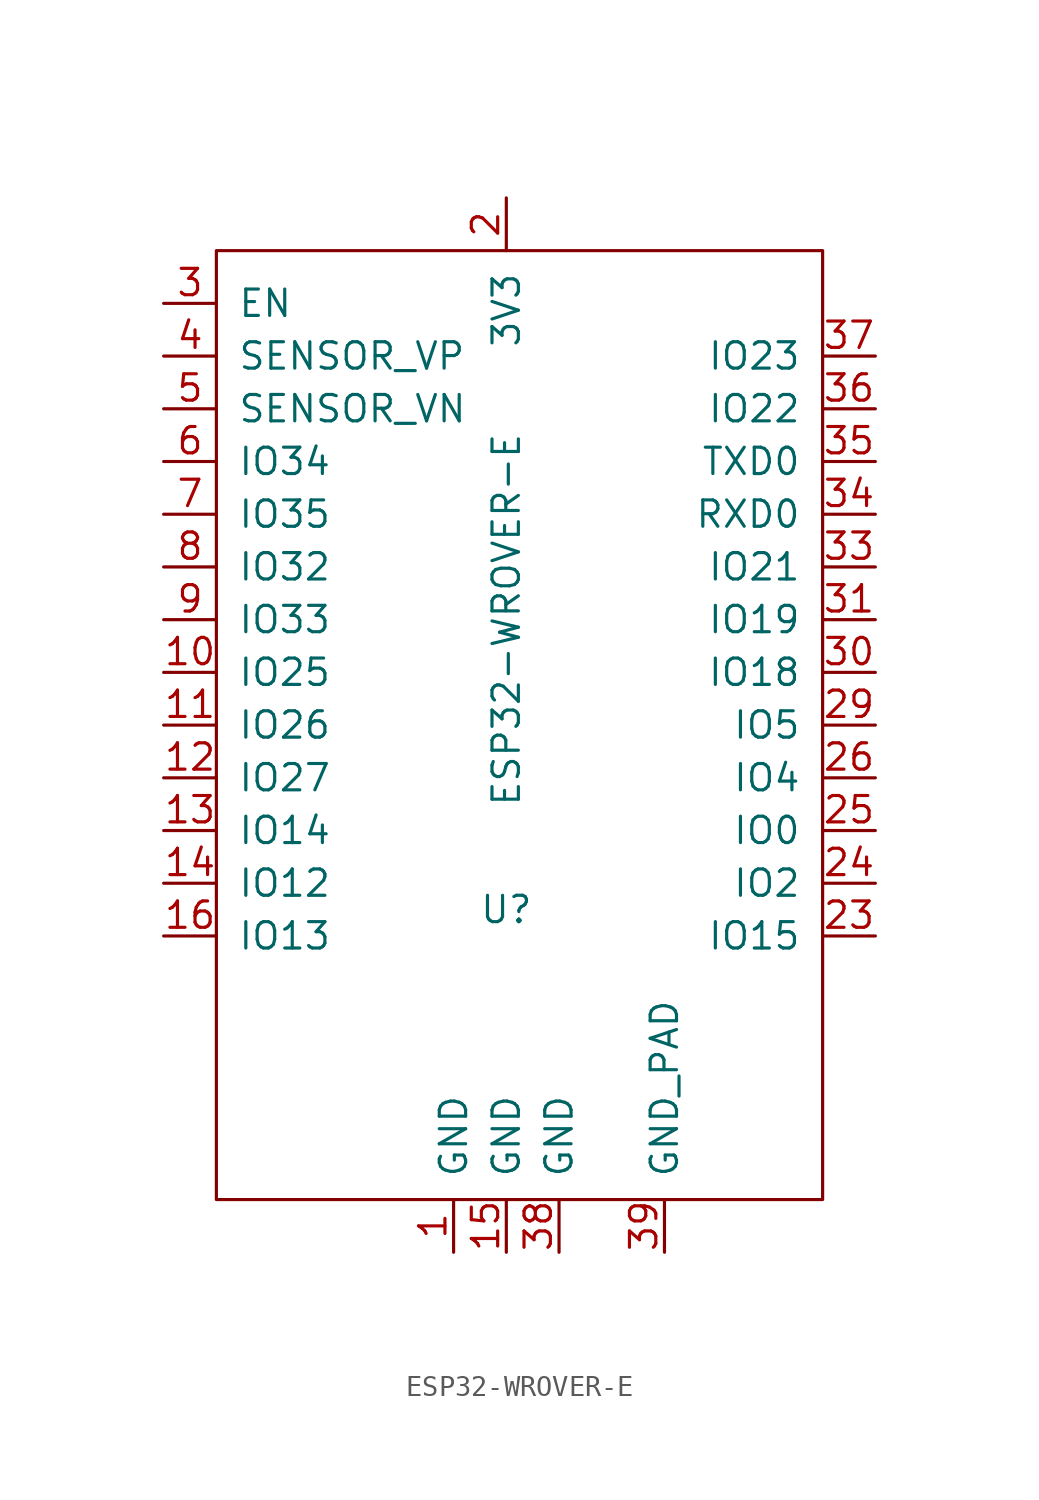
<source format=kicad_sym>
(kicad_symbol_lib
  (version 20231120)
  (generator "kicad_symbol_editor")
  (generator_version "8.0")
  (symbol "ESP32-WROVER-E"
    (pin_names
      (offset 1.016))
    (property "Reference" "U"
      (at 0 -7.62 0)
      (effects (font (size 1.27 1.27))))
    (property "Value" "ESP32-WROVER-E"
      (at 0 6.35 90)
      (effects (font (size 1.27 1.27))))
    (symbol "ESP32-WROVER-E_0_1"
      (rectangle (start -13.97 24.13) (end 15.24 -21.59) (stroke (width 0) (type default)) (fill (type none))))
    (symbol "ESP32-WROVER-E_1_1"
      (pin power_in line (at -2.54 -24.13 90) (length 2.54) (name "GND" (effects (font (size 1.27 1.27)))) (number "1" (effects (font (size 1.27 1.27)))))
      (pin input line (at -16.51 3.81 0) (length 2.54) (name "IO25" (effects (font (size 1.27 1.27)))) (number "10" (effects (font (size 1.27 1.27)))))
      (pin input line (at -16.51 1.27 0) (length 2.54) (name "IO26" (effects (font (size 1.27 1.27)))) (number "11" (effects (font (size 1.27 1.27)))))
      (pin input line (at -16.51 -1.27 0) (length 2.54) (name "IO27" (effects (font (size 1.27 1.27)))) (number "12" (effects (font (size 1.27 1.27)))))
      (pin input line (at -16.51 -3.81 0) (length 2.54) (name "IO14" (effects (font (size 1.27 1.27)))) (number "13" (effects (font (size 1.27 1.27)))))
      (pin input line (at -16.51 -6.35 0) (length 2.54) (name "IO12" (effects (font (size 1.27 1.27)))) (number "14" (effects (font (size 1.27 1.27)))))
      (pin power_in line (at 0 -24.13 90) (length 2.54) (name "GND" (effects (font (size 1.27 1.27)))) (number "15" (effects (font (size 1.27 1.27)))))
      (pin input line (at -16.51 -8.89 0) (length 2.54) (name "IO13" (effects (font (size 1.27 1.27)))) (number "16" (effects (font (size 1.27 1.27)))))
      (pin power_in line (at 0 26.67 270) (length 2.54) (name "3V3" (effects (font (size 1.27 1.27)))) (number "2" (effects (font (size 1.27 1.27)))))
      (pin input line (at 17.78 -8.89 180) (length 2.54) (name "IO15" (effects (font (size 1.27 1.27)))) (number "23" (effects (font (size 1.27 1.27)))))
      (pin input line (at 17.78 -6.35 180) (length 2.54) (name "IO2" (effects (font (size 1.27 1.27)))) (number "24" (effects (font (size 1.27 1.27)))))
      (pin input line (at 17.78 -3.81 180) (length 2.54) (name "IO0" (effects (font (size 1.27 1.27)))) (number "25" (effects (font (size 1.27 1.27)))))
      (pin input line (at 17.78 -1.27 180) (length 2.54) (name "IO4" (effects (font (size 1.27 1.27)))) (number "26" (effects (font (size 1.27 1.27)))))
      (pin input line (at 17.78 1.27 180) (length 2.54) (name "IO5" (effects (font (size 1.27 1.27)))) (number "29" (effects (font (size 1.27 1.27)))))
      (pin input line (at -16.51 21.59 0) (length 2.54) (name "EN" (effects (font (size 1.27 1.27)))) (number "3" (effects (font (size 1.27 1.27)))))
      (pin input line (at 17.78 3.81 180) (length 2.54) (name "IO18" (effects (font (size 1.27 1.27)))) (number "30" (effects (font (size 1.27 1.27)))))
      (pin input line (at 17.78 6.35 180) (length 2.54) (name "IO19" (effects (font (size 1.27 1.27)))) (number "31" (effects (font (size 1.27 1.27)))))
      (pin input line (at 17.78 8.89 180) (length 2.54) (name "IO21" (effects (font (size 1.27 1.27)))) (number "33" (effects (font (size 1.27 1.27)))))
      (pin input line (at 17.78 11.43 180) (length 2.54) (name "RXD0" (effects (font (size 1.27 1.27)))) (number "34" (effects (font (size 1.27 1.27)))))
      (pin input line (at 17.78 13.97 180) (length 2.54) (name "TXD0" (effects (font (size 1.27 1.27)))) (number "35" (effects (font (size 1.27 1.27)))))
      (pin input line (at 17.78 16.51 180) (length 2.54) (name "IO22" (effects (font (size 1.27 1.27)))) (number "36" (effects (font (size 1.27 1.27)))))
      (pin input line (at 17.78 19.05 180) (length 2.54) (name "IO23" (effects (font (size 1.27 1.27)))) (number "37" (effects (font (size 1.27 1.27)))))
      (pin power_in line (at 2.54 -24.13 90) (length 2.54) (name "GND" (effects (font (size 1.27 1.27)))) (number "38" (effects (font (size 1.27 1.27)))))
      (pin power_in line (at 7.62 -24.13 90) (length 2.54) (name "GND_PAD" (effects (font (size 1.27 1.27)))) (number "39" (effects (font (size 1.27 1.27)))))
      (pin input line (at -16.51 19.05 0) (length 2.54) (name "SENSOR_VP" (effects (font (size 1.27 1.27)))) (number "4" (effects (font (size 1.27 1.27)))))
      (pin input line (at -16.51 16.51 0) (length 2.54) (name "SENSOR_VN" (effects (font (size 1.27 1.27)))) (number "5" (effects (font (size 1.27 1.27)))))
      (pin input line (at -16.51 13.97 0) (length 2.54) (name "IO34" (effects (font (size 1.27 1.27)))) (number "6" (effects (font (size 1.27 1.27)))))
      (pin input line (at -16.51 11.43 0) (length 2.54) (name "IO35" (effects (font (size 1.27 1.27)))) (number "7" (effects (font (size 1.27 1.27)))))
      (pin input line (at -16.51 8.89 0) (length 2.54) (name "IO32" (effects (font (size 1.27 1.27)))) (number "8" (effects (font (size 1.27 1.27)))))
      (pin input line (at -16.51 6.35 0) (length 2.54) (name "IO33" (effects (font (size 1.27 1.27)))) (number "9" (effects (font (size 1.27 1.27))))))))
</source>
